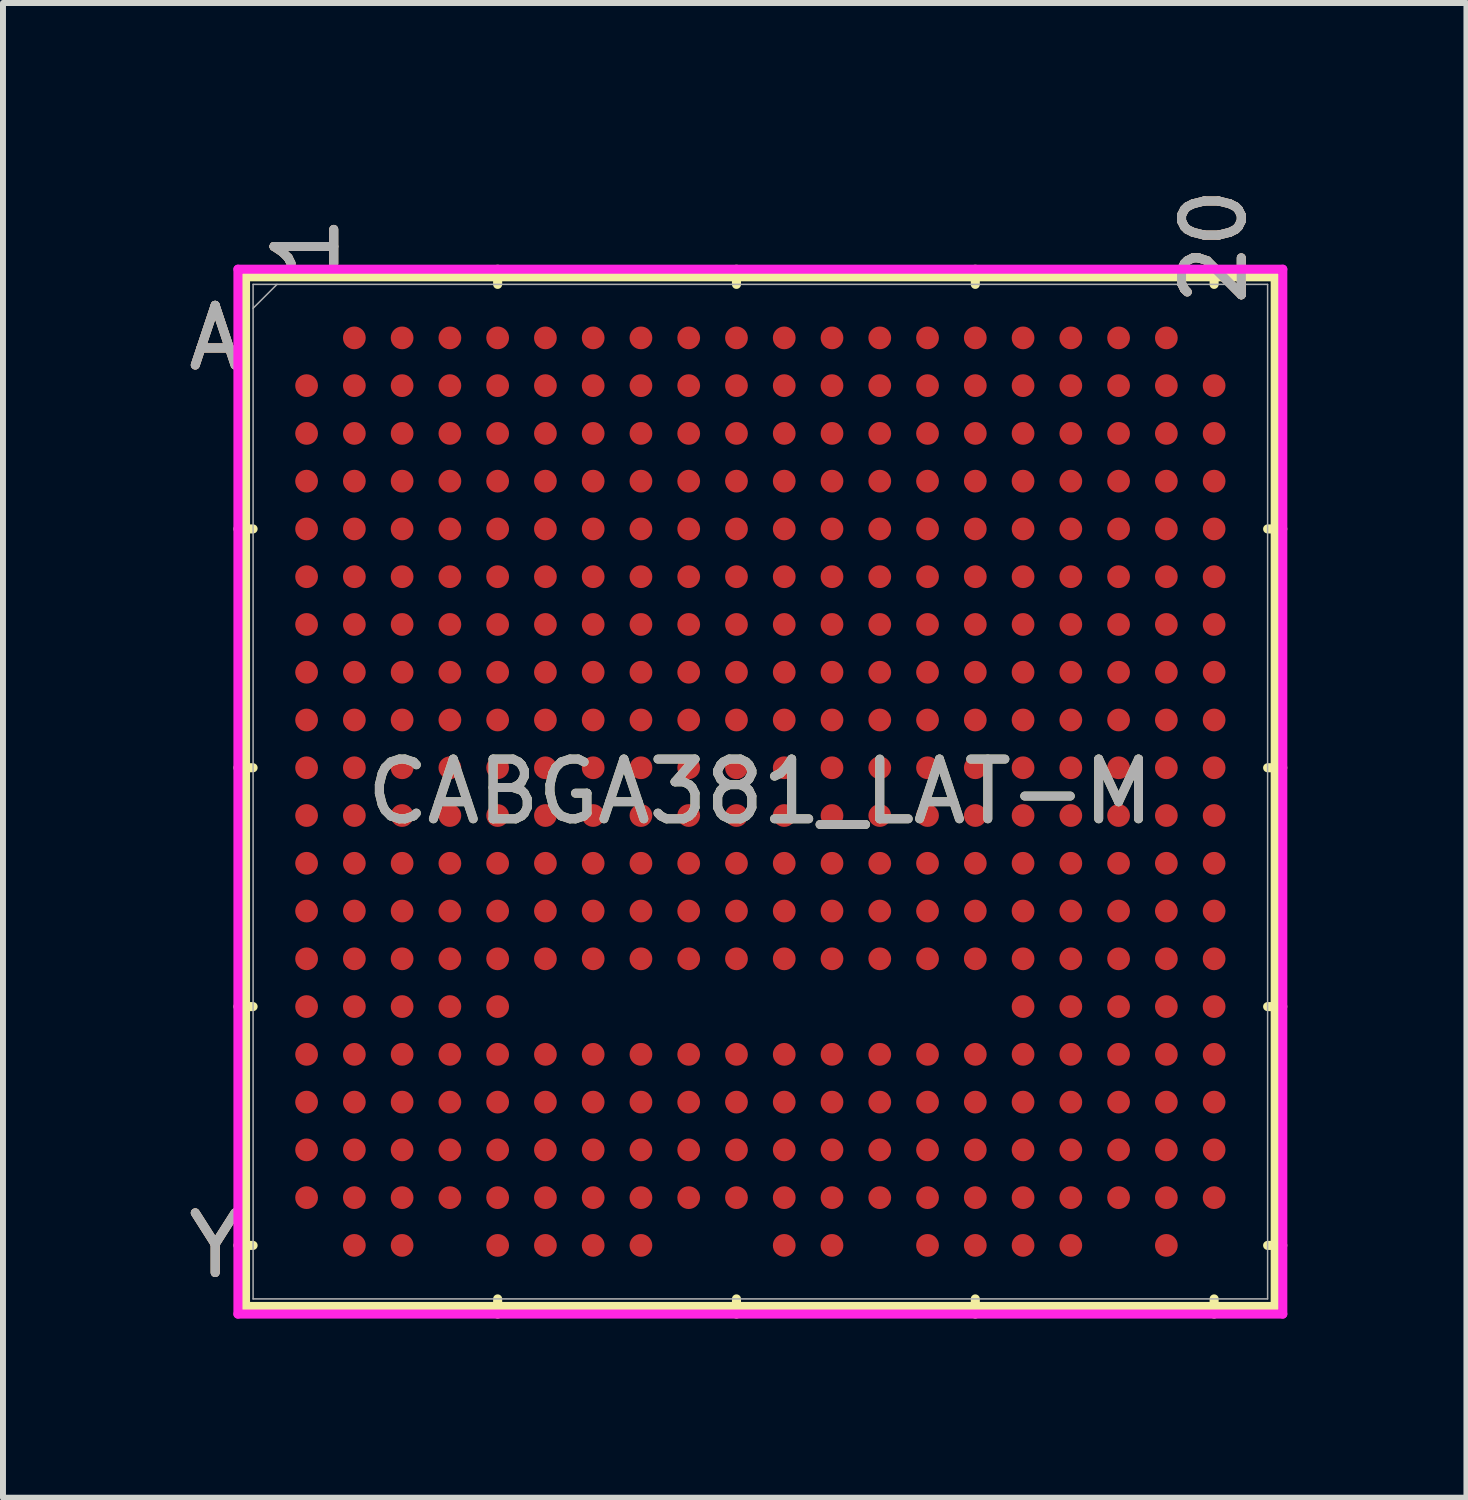
<source format=kicad_pcb>
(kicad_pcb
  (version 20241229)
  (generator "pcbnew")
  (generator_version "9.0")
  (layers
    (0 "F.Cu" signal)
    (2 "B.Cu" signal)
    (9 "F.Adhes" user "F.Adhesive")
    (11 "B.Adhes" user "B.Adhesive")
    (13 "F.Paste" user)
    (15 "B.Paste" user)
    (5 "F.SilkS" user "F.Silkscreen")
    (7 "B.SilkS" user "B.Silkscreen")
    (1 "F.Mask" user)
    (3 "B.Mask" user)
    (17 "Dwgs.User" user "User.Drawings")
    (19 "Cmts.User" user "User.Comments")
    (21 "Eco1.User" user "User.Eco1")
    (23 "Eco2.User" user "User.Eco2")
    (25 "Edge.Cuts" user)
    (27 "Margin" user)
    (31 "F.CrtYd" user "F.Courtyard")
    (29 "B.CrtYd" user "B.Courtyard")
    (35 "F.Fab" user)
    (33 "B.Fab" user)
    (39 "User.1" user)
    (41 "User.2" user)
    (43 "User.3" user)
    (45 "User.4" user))
  (footprint "CABGA381_LAT-M"
    (layer "F.Cu")
    (at 9.685 10.209)
    (property "Reference" "CABGA381_LAT-M" (at 0 0 0) (unlocked yes) (layer "F.SilkS") (effects (font (size 1 1) (thickness 0.15))))
    (attr smd)
    (fp_line (start -8.623 -8.623) (end -8.623 8.623) (stroke (width 0.152) (type solid)) (layer "F.SilkS"))
    (fp_line (start -8.623 8.623) (end 8.623 8.623) (stroke (width 0.152) (type solid)) (layer "F.SilkS"))
    (fp_line (start -8.496 -4.4) (end -8.75 -4.4) (stroke (width 0.152) (type solid)) (layer "F.SilkS"))
    (fp_line (start -8.496 -0.4) (end -8.75 -0.4) (stroke (width 0.152) (type solid)) (layer "F.SilkS"))
    (fp_line (start -8.496 3.6) (end -8.75 3.6) (stroke (width 0.152) (type solid)) (layer "F.SilkS"))
    (fp_line (start -8.496 7.6) (end -8.75 7.6) (stroke (width 0.152) (type solid)) (layer "F.SilkS"))
    (fp_line (start -4.4 -8.496) (end -4.4 -8.75) (stroke (width 0.152) (type solid)) (layer "F.SilkS"))
    (fp_line (start -4.4 8.496) (end -4.4 8.75) (stroke (width 0.152) (type solid)) (layer "F.SilkS"))
    (fp_line (start -0.4 -8.496) (end -0.4 -8.75) (stroke (width 0.152) (type solid)) (layer "F.SilkS"))
    (fp_line (start -0.4 8.496) (end -0.4 8.75) (stroke (width 0.152) (type solid)) (layer "F.SilkS"))
    (fp_line (start 3.6 -8.496) (end 3.6 -8.75) (stroke (width 0.152) (type solid)) (layer "F.SilkS"))
    (fp_line (start 3.6 8.496) (end 3.6 8.75) (stroke (width 0.152) (type solid)) (layer "F.SilkS"))
    (fp_line (start 7.6 -8.496) (end 7.6 -8.75) (stroke (width 0.152) (type solid)) (layer "F.SilkS"))
    (fp_line (start 7.6 8.496) (end 7.6 8.75) (stroke (width 0.152) (type solid)) (layer "F.SilkS"))
    (fp_line (start 8.496 -4.4) (end 8.75 -4.4) (stroke (width 0.152) (type solid)) (layer "F.SilkS"))
    (fp_line (start 8.496 -0.4) (end 8.75 -0.4) (stroke (width 0.152) (type solid)) (layer "F.SilkS"))
    (fp_line (start 8.496 3.6) (end 8.75 3.6) (stroke (width 0.152) (type solid)) (layer "F.SilkS"))
    (fp_line (start 8.496 7.6) (end 8.75 7.6) (stroke (width 0.152) (type solid)) (layer "F.SilkS"))
    (fp_line (start 8.623 -8.623) (end -8.623 -8.623) (stroke (width 0.152) (type solid)) (layer "F.SilkS"))
    (fp_line (start 8.623 8.623) (end 8.623 -8.623) (stroke (width 0.152) (type solid)) (layer "F.SilkS"))
    (fp_poly (pts (xy -8.444 -8.444) (xy 8.444 -8.444) (xy 8.444 8.444) (xy -8.444 8.444)) (stroke (width 0.1) (type solid)) (fill no) (layer "Eco2.User"))
    (fp_line (start -8.75 -8.75) (end 8.75 -8.75) (stroke (width 0.152) (type solid)) (layer "F.CrtYd"))
    (fp_line (start -8.75 8.75) (end -8.75 -8.75) (stroke (width 0.152) (type solid)) (layer "F.CrtYd"))
    (fp_line (start 8.75 -8.75) (end 8.75 8.75) (stroke (width 0.152) (type solid)) (layer "F.CrtYd"))
    (fp_line (start 8.75 8.75) (end -8.75 8.75) (stroke (width 0.152) (type solid)) (layer "F.CrtYd"))
    (fp_line (start -8.496 -8.496) (end -8.496 8.496) (stroke (width 0.025) (type solid)) (layer "F.Fab"))
    (fp_line (start -8.496 8.496) (end 8.496 8.496) (stroke (width 0.025) (type solid)) (layer "F.Fab"))
    (fp_line (start -8.096 -8.496) (end -8.496 -8.096) (stroke (width 0.025) (type solid)) (layer "F.Fab"))
    (fp_line (start 8.496 -8.496) (end -8.496 -8.496) (stroke (width 0.025) (type solid)) (layer "F.Fab"))
    (fp_line (start 8.496 8.496) (end 8.496 -8.496) (stroke (width 0.025) (type solid)) (layer "F.Fab"))
    (fp_text user "Y" (at -9.131 7.6 0) (unlocked yes) (layer "F.SilkS") (effects (font (size 1 1) (thickness 0.15))))
    (fp_text user "1" (at -7.6 -9.131 90) (unlocked yes) (layer "F.SilkS") (effects (font (size 1 1) (thickness 0.15))))
    (fp_text user "A" (at -9.131 -7.6 0) (unlocked yes) (layer "F.SilkS") (effects (font (size 1 1) (thickness 0.15))))
    (fp_text user "20" (at 7.6 -9.131 90) (unlocked yes) (layer "F.SilkS") (effects (font (size 1 1) (thickness 0.15))))
    (fp_text user "Y" (at -9.131 7.6 0) (unlocked yes) (layer "B.SilkS") (effects (font (size 1 1) (thickness 0.15))))
    (fp_text user "1" (at -7.6 -9.131 90) (unlocked yes) (layer "B.SilkS") (effects (font (size 1 1) (thickness 0.15))))
    (fp_text user "20" (at 7.6 -9.131 90) (unlocked yes) (layer "B.SilkS") (effects (font (size 1 1) (thickness 0.15))))
    (fp_text user "A" (at -9.131 -7.6 0) (unlocked yes) (layer "B.SilkS") (effects (font (size 1 1) (thickness 0.15))))
    (fp_text user "20" (at 7.6 -9.131 90) (unlocked yes) (layer "F.Fab") (effects (font (size 1 1) (thickness 0.15))))
    (fp_text user "${REFERENCE}" (at 0 0 0) (unlocked yes) (layer "F.Fab") (effects (font (size 1 1) (thickness 0.15))))
    (fp_text user "A" (at -9.131 -7.6 0) (unlocked yes) (layer "F.Fab") (effects (font (size 1 1) (thickness 0.15))))
    (fp_text user "Y" (at -9.131 7.6 0) (unlocked yes) (layer "F.Fab") (effects (font (size 1 1) (thickness 0.15))))
    (fp_text user "1" (at -7.6 -9.131 90) (unlocked yes) (layer "F.Fab") (effects (font (size 1 1) (thickness 0.15))))
    (pad "A2" smd circle (at -6.8 -7.6) (size 0.381 0.381) (layers "F.Cu" "F.Mask" "F.Paste"))
    (pad "A3" smd circle (at -6 -7.6) (size 0.381 0.381) (layers "F.Cu" "F.Mask" "F.Paste"))
    (pad "A4" smd circle (at -5.2 -7.6) (size 0.381 0.381) (layers "F.Cu" "F.Mask" "F.Paste"))
    (pad "A5" smd circle (at -4.4 -7.6) (size 0.381 0.381) (layers "F.Cu" "F.Mask" "F.Paste"))
    (pad "A6" smd circle (at -3.6 -7.6) (size 0.381 0.381) (layers "F.Cu" "F.Mask" "F.Paste"))
    (pad "A7" smd circle (at -2.8 -7.6) (size 0.381 0.381) (layers "F.Cu" "F.Mask" "F.Paste"))
    (pad "A8" smd circle (at -2 -7.6) (size 0.381 0.381) (layers "F.Cu" "F.Mask" "F.Paste"))
    (pad "A9" smd circle (at -1.2 -7.6) (size 0.381 0.381) (layers "F.Cu" "F.Mask" "F.Paste"))
    (pad "A10" smd circle (at -0.4 -7.6) (size 0.381 0.381) (layers "F.Cu" "F.Mask" "F.Paste"))
    (pad "A11" smd circle (at 0.4 -7.6) (size 0.381 0.381) (layers "F.Cu" "F.Mask" "F.Paste"))
    (pad "A12" smd circle (at 1.2 -7.6) (size 0.381 0.381) (layers "F.Cu" "F.Mask" "F.Paste"))
    (pad "A13" smd circle (at 2 -7.6) (size 0.381 0.381) (layers "F.Cu" "F.Mask" "F.Paste"))
    (pad "A14" smd circle (at 2.8 -7.6) (size 0.381 0.381) (layers "F.Cu" "F.Mask" "F.Paste"))
    (pad "A15" smd circle (at 3.6 -7.6) (size 0.381 0.381) (layers "F.Cu" "F.Mask" "F.Paste"))
    (pad "A16" smd circle (at 4.4 -7.6) (size 0.381 0.381) (layers "F.Cu" "F.Mask" "F.Paste"))
    (pad "A17" smd circle (at 5.2 -7.6) (size 0.381 0.381) (layers "F.Cu" "F.Mask" "F.Paste"))
    (pad "A18" smd circle (at 6 -7.6) (size 0.381 0.381) (layers "F.Cu" "F.Mask" "F.Paste"))
    (pad "A19" smd circle (at 6.8 -7.6) (size 0.381 0.381) (layers "F.Cu" "F.Mask" "F.Paste"))
    (pad "B1" smd circle (at -7.6 -6.8) (size 0.381 0.381) (layers "F.Cu" "F.Mask" "F.Paste"))
    (pad "B2" smd circle (at -6.8 -6.8) (size 0.381 0.381) (layers "F.Cu" "F.Mask" "F.Paste"))
    (pad "B3" smd circle (at -6 -6.8) (size 0.381 0.381) (layers "F.Cu" "F.Mask" "F.Paste"))
    (pad "B4" smd circle (at -5.2 -6.8) (size 0.381 0.381) (layers "F.Cu" "F.Mask" "F.Paste"))
    (pad "B5" smd circle (at -4.4 -6.8) (size 0.381 0.381) (layers "F.Cu" "F.Mask" "F.Paste"))
    (pad "B6" smd circle (at -3.6 -6.8) (size 0.381 0.381) (layers "F.Cu" "F.Mask" "F.Paste"))
    (pad "B7" smd circle (at -2.8 -6.8) (size 0.381 0.381) (layers "F.Cu" "F.Mask" "F.Paste"))
    (pad "B8" smd circle (at -2 -6.8) (size 0.381 0.381) (layers "F.Cu" "F.Mask" "F.Paste"))
    (pad "B9" smd circle (at -1.2 -6.8) (size 0.381 0.381) (layers "F.Cu" "F.Mask" "F.Paste"))
    (pad "B10" smd circle (at -0.4 -6.8) (size 0.381 0.381) (layers "F.Cu" "F.Mask" "F.Paste"))
    (pad "B11" smd circle (at 0.4 -6.8) (size 0.381 0.381) (layers "F.Cu" "F.Mask" "F.Paste"))
    (pad "B12" smd circle (at 1.2 -6.8) (size 0.381 0.381) (layers "F.Cu" "F.Mask" "F.Paste"))
    (pad "B13" smd circle (at 2 -6.8) (size 0.381 0.381) (layers "F.Cu" "F.Mask" "F.Paste"))
    (pad "B14" smd circle (at 2.8 -6.8) (size 0.381 0.381) (layers "F.Cu" "F.Mask" "F.Paste"))
    (pad "B15" smd circle (at 3.6 -6.8) (size 0.381 0.381) (layers "F.Cu" "F.Mask" "F.Paste"))
    (pad "B16" smd circle (at 4.4 -6.8) (size 0.381 0.381) (layers "F.Cu" "F.Mask" "F.Paste"))
    (pad "B17" smd circle (at 5.2 -6.8) (size 0.381 0.381) (layers "F.Cu" "F.Mask" "F.Paste"))
    (pad "B18" smd circle (at 6 -6.8) (size 0.381 0.381) (layers "F.Cu" "F.Mask" "F.Paste"))
    (pad "B19" smd circle (at 6.8 -6.8) (size 0.381 0.381) (layers "F.Cu" "F.Mask" "F.Paste"))
    (pad "B20" smd circle (at 7.6 -6.8) (size 0.381 0.381) (layers "F.Cu" "F.Mask" "F.Paste"))
    (pad "C1" smd circle (at -7.6 -6) (size 0.381 0.381) (layers "F.Cu" "F.Mask" "F.Paste"))
    (pad "C2" smd circle (at -6.8 -6) (size 0.381 0.381) (layers "F.Cu" "F.Mask" "F.Paste"))
    (pad "C3" smd circle (at -6 -6) (size 0.381 0.381) (layers "F.Cu" "F.Mask" "F.Paste"))
    (pad "C4" smd circle (at -5.2 -6) (size 0.381 0.381) (layers "F.Cu" "F.Mask" "F.Paste"))
    (pad "C5" smd circle (at -4.4 -6) (size 0.381 0.381) (layers "F.Cu" "F.Mask" "F.Paste"))
    (pad "C6" smd circle (at -3.6 -6) (size 0.381 0.381) (layers "F.Cu" "F.Mask" "F.Paste"))
    (pad "C7" smd circle (at -2.8 -6) (size 0.381 0.381) (layers "F.Cu" "F.Mask" "F.Paste"))
    (pad "C8" smd circle (at -2 -6) (size 0.381 0.381) (layers "F.Cu" "F.Mask" "F.Paste"))
    (pad "C9" smd circle (at -1.2 -6) (size 0.381 0.381) (layers "F.Cu" "F.Mask" "F.Paste"))
    (pad "C10" smd circle (at -0.4 -6) (size 0.381 0.381) (layers "F.Cu" "F.Mask" "F.Paste"))
    (pad "C11" smd circle (at 0.4 -6) (size 0.381 0.381) (layers "F.Cu" "F.Mask" "F.Paste"))
    (pad "C12" smd circle (at 1.2 -6) (size 0.381 0.381) (layers "F.Cu" "F.Mask" "F.Paste"))
    (pad "C13" smd circle (at 2 -6) (size 0.381 0.381) (layers "F.Cu" "F.Mask" "F.Paste"))
    (pad "C14" smd circle (at 2.8 -6) (size 0.381 0.381) (layers "F.Cu" "F.Mask" "F.Paste"))
    (pad "C15" smd circle (at 3.6 -6) (size 0.381 0.381) (layers "F.Cu" "F.Mask" "F.Paste"))
    (pad "C16" smd circle (at 4.4 -6) (size 0.381 0.381) (layers "F.Cu" "F.Mask" "F.Paste"))
    (pad "C17" smd circle (at 5.2 -6) (size 0.381 0.381) (layers "F.Cu" "F.Mask" "F.Paste"))
    (pad "C18" smd circle (at 6 -6) (size 0.381 0.381) (layers "F.Cu" "F.Mask" "F.Paste"))
    (pad "C19" smd circle (at 6.8 -6) (size 0.381 0.381) (layers "F.Cu" "F.Mask" "F.Paste"))
    (pad "C20" smd circle (at 7.6 -6) (size 0.381 0.381) (layers "F.Cu" "F.Mask" "F.Paste"))
    (pad "D1" smd circle (at -7.6 -5.2) (size 0.381 0.381) (layers "F.Cu" "F.Mask" "F.Paste"))
    (pad "D2" smd circle (at -6.8 -5.2) (size 0.381 0.381) (layers "F.Cu" "F.Mask" "F.Paste"))
    (pad "D3" smd circle (at -6 -5.2) (size 0.381 0.381) (layers "F.Cu" "F.Mask" "F.Paste"))
    (pad "D4" smd circle (at -5.2 -5.2) (size 0.381 0.381) (layers "F.Cu" "F.Mask" "F.Paste"))
    (pad "D5" smd circle (at -4.4 -5.2) (size 0.381 0.381) (layers "F.Cu" "F.Mask" "F.Paste"))
    (pad "D6" smd circle (at -3.6 -5.2) (size 0.381 0.381) (layers "F.Cu" "F.Mask" "F.Paste"))
    (pad "D7" smd circle (at -2.8 -5.2) (size 0.381 0.381) (layers "F.Cu" "F.Mask" "F.Paste"))
    (pad "D8" smd circle (at -2 -5.2) (size 0.381 0.381) (layers "F.Cu" "F.Mask" "F.Paste"))
    (pad "D9" smd circle (at -1.2 -5.2) (size 0.381 0.381) (layers "F.Cu" "F.Mask" "F.Paste"))
    (pad "D10" smd circle (at -0.4 -5.2) (size 0.381 0.381) (layers "F.Cu" "F.Mask" "F.Paste"))
    (pad "D11" smd circle (at 0.4 -5.2) (size 0.381 0.381) (layers "F.Cu" "F.Mask" "F.Paste"))
    (pad "D12" smd circle (at 1.2 -5.2) (size 0.381 0.381) (layers "F.Cu" "F.Mask" "F.Paste"))
    (pad "D13" smd circle (at 2 -5.2) (size 0.381 0.381) (layers "F.Cu" "F.Mask" "F.Paste"))
    (pad "D14" smd circle (at 2.8 -5.2) (size 0.381 0.381) (layers "F.Cu" "F.Mask" "F.Paste"))
    (pad "D15" smd circle (at 3.6 -5.2) (size 0.381 0.381) (layers "F.Cu" "F.Mask" "F.Paste"))
    (pad "D16" smd circle (at 4.4 -5.2) (size 0.381 0.381) (layers "F.Cu" "F.Mask" "F.Paste"))
    (pad "D17" smd circle (at 5.2 -5.2) (size 0.381 0.381) (layers "F.Cu" "F.Mask" "F.Paste"))
    (pad "D18" smd circle (at 6 -5.2) (size 0.381 0.381) (layers "F.Cu" "F.Mask" "F.Paste"))
    (pad "D19" smd circle (at 6.8 -5.2) (size 0.381 0.381) (layers "F.Cu" "F.Mask" "F.Paste"))
    (pad "D20" smd circle (at 7.6 -5.2) (size 0.381 0.381) (layers "F.Cu" "F.Mask" "F.Paste"))
    (pad "E1" smd circle (at -7.6 -4.4) (size 0.381 0.381) (layers "F.Cu" "F.Mask" "F.Paste"))
    (pad "E2" smd circle (at -6.8 -4.4) (size 0.381 0.381) (layers "F.Cu" "F.Mask" "F.Paste"))
    (pad "E3" smd circle (at -6 -4.4) (size 0.381 0.381) (layers "F.Cu" "F.Mask" "F.Paste"))
    (pad "E4" smd circle (at -5.2 -4.4) (size 0.381 0.381) (layers "F.Cu" "F.Mask" "F.Paste"))
    (pad "E5" smd circle (at -4.4 -4.4) (size 0.381 0.381) (layers "F.Cu" "F.Mask" "F.Paste"))
    (pad "E6" smd circle (at -3.6 -4.4) (size 0.381 0.381) (layers "F.Cu" "F.Mask" "F.Paste"))
    (pad "E7" smd circle (at -2.8 -4.4) (size 0.381 0.381) (layers "F.Cu" "F.Mask" "F.Paste"))
    (pad "E8" smd circle (at -2 -4.4) (size 0.381 0.381) (layers "F.Cu" "F.Mask" "F.Paste"))
    (pad "E9" smd circle (at -1.2 -4.4) (size 0.381 0.381) (layers "F.Cu" "F.Mask" "F.Paste"))
    (pad "E10" smd circle (at -0.4 -4.4) (size 0.381 0.381) (layers "F.Cu" "F.Mask" "F.Paste"))
    (pad "E11" smd circle (at 0.4 -4.4) (size 0.381 0.381) (layers "F.Cu" "F.Mask" "F.Paste"))
    (pad "E12" smd circle (at 1.2 -4.4) (size 0.381 0.381) (layers "F.Cu" "F.Mask" "F.Paste"))
    (pad "E13" smd circle (at 2 -4.4) (size 0.381 0.381) (layers "F.Cu" "F.Mask" "F.Paste"))
    (pad "E14" smd circle (at 2.8 -4.4) (size 0.381 0.381) (layers "F.Cu" "F.Mask" "F.Paste"))
    (pad "E15" smd circle (at 3.6 -4.4) (size 0.381 0.381) (layers "F.Cu" "F.Mask" "F.Paste"))
    (pad "E16" smd circle (at 4.4 -4.4) (size 0.381 0.381) (layers "F.Cu" "F.Mask" "F.Paste"))
    (pad "E17" smd circle (at 5.2 -4.4) (size 0.381 0.381) (layers "F.Cu" "F.Mask" "F.Paste"))
    (pad "E18" smd circle (at 6 -4.4) (size 0.381 0.381) (layers "F.Cu" "F.Mask" "F.Paste"))
    (pad "E19" smd circle (at 6.8 -4.4) (size 0.381 0.381) (layers "F.Cu" "F.Mask" "F.Paste"))
    (pad "E20" smd circle (at 7.6 -4.4) (size 0.381 0.381) (layers "F.Cu" "F.Mask" "F.Paste"))
    (pad "F1" smd circle (at -7.6 -3.6) (size 0.381 0.381) (layers "F.Cu" "F.Mask" "F.Paste"))
    (pad "F2" smd circle (at -6.8 -3.6) (size 0.381 0.381) (layers "F.Cu" "F.Mask" "F.Paste"))
    (pad "F3" smd circle (at -6 -3.6) (size 0.381 0.381) (layers "F.Cu" "F.Mask" "F.Paste"))
    (pad "F4" smd circle (at -5.2 -3.6) (size 0.381 0.381) (layers "F.Cu" "F.Mask" "F.Paste"))
    (pad "F5" smd circle (at -4.4 -3.6) (size 0.381 0.381) (layers "F.Cu" "F.Mask" "F.Paste"))
    (pad "F6" smd circle (at -3.6 -3.6) (size 0.381 0.381) (layers "F.Cu" "F.Mask" "F.Paste"))
    (pad "F7" smd circle (at -2.8 -3.6) (size 0.381 0.381) (layers "F.Cu" "F.Mask" "F.Paste"))
    (pad "F8" smd circle (at -2 -3.6) (size 0.381 0.381) (layers "F.Cu" "F.Mask" "F.Paste"))
    (pad "F9" smd circle (at -1.2 -3.6) (size 0.381 0.381) (layers "F.Cu" "F.Mask" "F.Paste"))
    (pad "F10" smd circle (at -0.4 -3.6) (size 0.381 0.381) (layers "F.Cu" "F.Mask" "F.Paste"))
    (pad "F11" smd circle (at 0.4 -3.6) (size 0.381 0.381) (layers "F.Cu" "F.Mask" "F.Paste"))
    (pad "F12" smd circle (at 1.2 -3.6) (size 0.381 0.381) (layers "F.Cu" "F.Mask" "F.Paste"))
    (pad "F13" smd circle (at 2 -3.6) (size 0.381 0.381) (layers "F.Cu" "F.Mask" "F.Paste"))
    (pad "F14" smd circle (at 2.8 -3.6) (size 0.381 0.381) (layers "F.Cu" "F.Mask" "F.Paste"))
    (pad "F15" smd circle (at 3.6 -3.6) (size 0.381 0.381) (layers "F.Cu" "F.Mask" "F.Paste"))
    (pad "F16" smd circle (at 4.4 -3.6) (size 0.381 0.381) (layers "F.Cu" "F.Mask" "F.Paste"))
    (pad "F17" smd circle (at 5.2 -3.6) (size 0.381 0.381) (layers "F.Cu" "F.Mask" "F.Paste"))
    (pad "F18" smd circle (at 6 -3.6) (size 0.381 0.381) (layers "F.Cu" "F.Mask" "F.Paste"))
    (pad "F19" smd circle (at 6.8 -3.6) (size 0.381 0.381) (layers "F.Cu" "F.Mask" "F.Paste"))
    (pad "F20" smd circle (at 7.6 -3.6) (size 0.381 0.381) (layers "F.Cu" "F.Mask" "F.Paste"))
    (pad "G1" smd circle (at -7.6 -2.8) (size 0.381 0.381) (layers "F.Cu" "F.Mask" "F.Paste"))
    (pad "G2" smd circle (at -6.8 -2.8) (size 0.381 0.381) (layers "F.Cu" "F.Mask" "F.Paste"))
    (pad "G3" smd circle (at -6 -2.8) (size 0.381 0.381) (layers "F.Cu" "F.Mask" "F.Paste"))
    (pad "G4" smd circle (at -5.2 -2.8) (size 0.381 0.381) (layers "F.Cu" "F.Mask" "F.Paste"))
    (pad "G5" smd circle (at -4.4 -2.8) (size 0.381 0.381) (layers "F.Cu" "F.Mask" "F.Paste"))
    (pad "G6" smd circle (at -3.6 -2.8) (size 0.381 0.381) (layers "F.Cu" "F.Mask" "F.Paste"))
    (pad "G7" smd circle (at -2.8 -2.8) (size 0.381 0.381) (layers "F.Cu" "F.Mask" "F.Paste"))
    (pad "G8" smd circle (at -2 -2.8) (size 0.381 0.381) (layers "F.Cu" "F.Mask" "F.Paste"))
    (pad "G9" smd circle (at -1.2 -2.8) (size 0.381 0.381) (layers "F.Cu" "F.Mask" "F.Paste"))
    (pad "G10" smd circle (at -0.4 -2.8) (size 0.381 0.381) (layers "F.Cu" "F.Mask" "F.Paste"))
    (pad "G11" smd circle (at 0.4 -2.8) (size 0.381 0.381) (layers "F.Cu" "F.Mask" "F.Paste"))
    (pad "G12" smd circle (at 1.2 -2.8) (size 0.381 0.381) (layers "F.Cu" "F.Mask" "F.Paste"))
    (pad "G13" smd circle (at 2 -2.8) (size 0.381 0.381) (layers "F.Cu" "F.Mask" "F.Paste"))
    (pad "G14" smd circle (at 2.8 -2.8) (size 0.381 0.381) (layers "F.Cu" "F.Mask" "F.Paste"))
    (pad "G15" smd circle (at 3.6 -2.8) (size 0.381 0.381) (layers "F.Cu" "F.Mask" "F.Paste"))
    (pad "G16" smd circle (at 4.4 -2.8) (size 0.381 0.381) (layers "F.Cu" "F.Mask" "F.Paste"))
    (pad "G17" smd circle (at 5.2 -2.8) (size 0.381 0.381) (layers "F.Cu" "F.Mask" "F.Paste"))
    (pad "G18" smd circle (at 6 -2.8) (size 0.381 0.381) (layers "F.Cu" "F.Mask" "F.Paste"))
    (pad "G19" smd circle (at 6.8 -2.8) (size 0.381 0.381) (layers "F.Cu" "F.Mask" "F.Paste"))
    (pad "G20" smd circle (at 7.6 -2.8) (size 0.381 0.381) (layers "F.Cu" "F.Mask" "F.Paste"))
    (pad "H1" smd circle (at -7.6 -2) (size 0.381 0.381) (layers "F.Cu" "F.Mask" "F.Paste"))
    (pad "H2" smd circle (at -6.8 -2) (size 0.381 0.381) (layers "F.Cu" "F.Mask" "F.Paste"))
    (pad "H3" smd circle (at -6 -2) (size 0.381 0.381) (layers "F.Cu" "F.Mask" "F.Paste"))
    (pad "H4" smd circle (at -5.2 -2) (size 0.381 0.381) (layers "F.Cu" "F.Mask" "F.Paste"))
    (pad "H5" smd circle (at -4.4 -2) (size 0.381 0.381) (layers "F.Cu" "F.Mask" "F.Paste"))
    (pad "H6" smd circle (at -3.6 -2) (size 0.381 0.381) (layers "F.Cu" "F.Mask" "F.Paste"))
    (pad "H7" smd circle (at -2.8 -2) (size 0.381 0.381) (layers "F.Cu" "F.Mask" "F.Paste"))
    (pad "H8" smd circle (at -2 -2) (size 0.381 0.381) (layers "F.Cu" "F.Mask" "F.Paste"))
    (pad "H9" smd circle (at -1.2 -2) (size 0.381 0.381) (layers "F.Cu" "F.Mask" "F.Paste"))
    (pad "H10" smd circle (at -0.4 -2) (size 0.381 0.381) (layers "F.Cu" "F.Mask" "F.Paste"))
    (pad "H11" smd circle (at 0.4 -2) (size 0.381 0.381) (layers "F.Cu" "F.Mask" "F.Paste"))
    (pad "H12" smd circle (at 1.2 -2) (size 0.381 0.381) (layers "F.Cu" "F.Mask" "F.Paste"))
    (pad "H13" smd circle (at 2 -2) (size 0.381 0.381) (layers "F.Cu" "F.Mask" "F.Paste"))
    (pad "H14" smd circle (at 2.8 -2) (size 0.381 0.381) (layers "F.Cu" "F.Mask" "F.Paste"))
    (pad "H15" smd circle (at 3.6 -2) (size 0.381 0.381) (layers "F.Cu" "F.Mask" "F.Paste"))
    (pad "H16" smd circle (at 4.4 -2) (size 0.381 0.381) (layers "F.Cu" "F.Mask" "F.Paste"))
    (pad "H17" smd circle (at 5.2 -2) (size 0.381 0.381) (layers "F.Cu" "F.Mask" "F.Paste"))
    (pad "H18" smd circle (at 6 -2) (size 0.381 0.381) (layers "F.Cu" "F.Mask" "F.Paste"))
    (pad "H19" smd circle (at 6.8 -2) (size 0.381 0.381) (layers "F.Cu" "F.Mask" "F.Paste"))
    (pad "H20" smd circle (at 7.6 -2) (size 0.381 0.381) (layers "F.Cu" "F.Mask" "F.Paste"))
    (pad "J1" smd circle (at -7.6 -1.2) (size 0.381 0.381) (layers "F.Cu" "F.Mask" "F.Paste"))
    (pad "J2" smd circle (at -6.8 -1.2) (size 0.381 0.381) (layers "F.Cu" "F.Mask" "F.Paste"))
    (pad "J3" smd circle (at -6 -1.2) (size 0.381 0.381) (layers "F.Cu" "F.Mask" "F.Paste"))
    (pad "J4" smd circle (at -5.2 -1.2) (size 0.381 0.381) (layers "F.Cu" "F.Mask" "F.Paste"))
    (pad "J5" smd circle (at -4.4 -1.2) (size 0.381 0.381) (layers "F.Cu" "F.Mask" "F.Paste"))
    (pad "J6" smd circle (at -3.6 -1.2) (size 0.381 0.381) (layers "F.Cu" "F.Mask" "F.Paste"))
    (pad "J7" smd circle (at -2.8 -1.2) (size 0.381 0.381) (layers "F.Cu" "F.Mask" "F.Paste"))
    (pad "J8" smd circle (at -2 -1.2) (size 0.381 0.381) (layers "F.Cu" "F.Mask" "F.Paste"))
    (pad "J9" smd circle (at -1.2 -1.2) (size 0.381 0.381) (layers "F.Cu" "F.Mask" "F.Paste"))
    (pad "J10" smd circle (at -0.4 -1.2) (size 0.381 0.381) (layers "F.Cu" "F.Mask" "F.Paste"))
    (pad "J11" smd circle (at 0.4 -1.2) (size 0.381 0.381) (layers "F.Cu" "F.Mask" "F.Paste"))
    (pad "J12" smd circle (at 1.2 -1.2) (size 0.381 0.381) (layers "F.Cu" "F.Mask" "F.Paste"))
    (pad "J13" smd circle (at 2 -1.2) (size 0.381 0.381) (layers "F.Cu" "F.Mask" "F.Paste"))
    (pad "J14" smd circle (at 2.8 -1.2) (size 0.381 0.381) (layers "F.Cu" "F.Mask" "F.Paste"))
    (pad "J15" smd circle (at 3.6 -1.2) (size 0.381 0.381) (layers "F.Cu" "F.Mask" "F.Paste"))
    (pad "J16" smd circle (at 4.4 -1.2) (size 0.381 0.381) (layers "F.Cu" "F.Mask" "F.Paste"))
    (pad "J17" smd circle (at 5.2 -1.2) (size 0.381 0.381) (layers "F.Cu" "F.Mask" "F.Paste"))
    (pad "J18" smd circle (at 6 -1.2) (size 0.381 0.381) (layers "F.Cu" "F.Mask" "F.Paste"))
    (pad "J19" smd circle (at 6.8 -1.2) (size 0.381 0.381) (layers "F.Cu" "F.Mask" "F.Paste"))
    (pad "J20" smd circle (at 7.6 -1.2) (size 0.381 0.381) (layers "F.Cu" "F.Mask" "F.Paste"))
    (pad "K1" smd circle (at -7.6 -0.4) (size 0.381 0.381) (layers "F.Cu" "F.Mask" "F.Paste"))
    (pad "K2" smd circle (at -6.8 -0.4) (size 0.381 0.381) (layers "F.Cu" "F.Mask" "F.Paste"))
    (pad "K3" smd circle (at -6 -0.4) (size 0.381 0.381) (layers "F.Cu" "F.Mask" "F.Paste"))
    (pad "K4" smd circle (at -5.2 -0.4) (size 0.381 0.381) (layers "F.Cu" "F.Mask" "F.Paste"))
    (pad "K5" smd circle (at -4.4 -0.4) (size 0.381 0.381) (layers "F.Cu" "F.Mask" "F.Paste"))
    (pad "K6" smd circle (at -3.6 -0.4) (size 0.381 0.381) (layers "F.Cu" "F.Mask" "F.Paste"))
    (pad "K7" smd circle (at -2.8 -0.4) (size 0.381 0.381) (layers "F.Cu" "F.Mask" "F.Paste"))
    (pad "K8" smd circle (at -2 -0.4) (size 0.381 0.381) (layers "F.Cu" "F.Mask" "F.Paste"))
    (pad "K9" smd circle (at -1.2 -0.4) (size 0.381 0.381) (layers "F.Cu" "F.Mask" "F.Paste"))
    (pad "K10" smd circle (at -0.4 -0.4) (size 0.381 0.381) (layers "F.Cu" "F.Mask" "F.Paste"))
    (pad "K11" smd circle (at 0.4 -0.4) (size 0.381 0.381) (layers "F.Cu" "F.Mask" "F.Paste"))
    (pad "K12" smd circle (at 1.2 -0.4) (size 0.381 0.381) (layers "F.Cu" "F.Mask" "F.Paste"))
    (pad "K13" smd circle (at 2 -0.4) (size 0.381 0.381) (layers "F.Cu" "F.Mask" "F.Paste"))
    (pad "K14" smd circle (at 2.8 -0.4) (size 0.381 0.381) (layers "F.Cu" "F.Mask" "F.Paste"))
    (pad "K15" smd circle (at 3.6 -0.4) (size 0.381 0.381) (layers "F.Cu" "F.Mask" "F.Paste"))
    (pad "K16" smd circle (at 4.4 -0.4) (size 0.381 0.381) (layers "F.Cu" "F.Mask" "F.Paste"))
    (pad "K17" smd circle (at 5.2 -0.4) (size 0.381 0.381) (layers "F.Cu" "F.Mask" "F.Paste"))
    (pad "K18" smd circle (at 6 -0.4) (size 0.381 0.381) (layers "F.Cu" "F.Mask" "F.Paste"))
    (pad "K19" smd circle (at 6.8 -0.4) (size 0.381 0.381) (layers "F.Cu" "F.Mask" "F.Paste"))
    (pad "K20" smd circle (at 7.6 -0.4) (size 0.381 0.381) (layers "F.Cu" "F.Mask" "F.Paste"))
    (pad "L1" smd circle (at -7.6 0.4) (size 0.381 0.381) (layers "F.Cu" "F.Mask" "F.Paste"))
    (pad "L2" smd circle (at -6.8 0.4) (size 0.381 0.381) (layers "F.Cu" "F.Mask" "F.Paste"))
    (pad "L3" smd circle (at -6 0.4) (size 0.381 0.381) (layers "F.Cu" "F.Mask" "F.Paste"))
    (pad "L4" smd circle (at -5.2 0.4) (size 0.381 0.381) (layers "F.Cu" "F.Mask" "F.Paste"))
    (pad "L5" smd circle (at -4.4 0.4) (size 0.381 0.381) (layers "F.Cu" "F.Mask" "F.Paste"))
    (pad "L6" smd circle (at -3.6 0.4) (size 0.381 0.381) (layers "F.Cu" "F.Mask" "F.Paste"))
    (pad "L7" smd circle (at -2.8 0.4) (size 0.381 0.381) (layers "F.Cu" "F.Mask" "F.Paste"))
    (pad "L8" smd circle (at -2 0.4) (size 0.381 0.381) (layers "F.Cu" "F.Mask" "F.Paste"))
    (pad "L9" smd circle (at -1.2 0.4) (size 0.381 0.381) (layers "F.Cu" "F.Mask" "F.Paste"))
    (pad "L10" smd circle (at -0.4 0.4) (size 0.381 0.381) (layers "F.Cu" "F.Mask" "F.Paste"))
    (pad "L11" smd circle (at 0.4 0.4) (size 0.381 0.381) (layers "F.Cu" "F.Mask" "F.Paste"))
    (pad "L12" smd circle (at 1.2 0.4) (size 0.381 0.381) (layers "F.Cu" "F.Mask" "F.Paste"))
    (pad "L13" smd circle (at 2 0.4) (size 0.381 0.381) (layers "F.Cu" "F.Mask" "F.Paste"))
    (pad "L14" smd circle (at 2.8 0.4) (size 0.381 0.381) (layers "F.Cu" "F.Mask" "F.Paste"))
    (pad "L15" smd circle (at 3.6 0.4) (size 0.381 0.381) (layers "F.Cu" "F.Mask" "F.Paste"))
    (pad "L16" smd circle (at 4.4 0.4) (size 0.381 0.381) (layers "F.Cu" "F.Mask" "F.Paste"))
    (pad "L17" smd circle (at 5.2 0.4) (size 0.381 0.381) (layers "F.Cu" "F.Mask" "F.Paste"))
    (pad "L18" smd circle (at 6 0.4) (size 0.381 0.381) (layers "F.Cu" "F.Mask" "F.Paste"))
    (pad "L19" smd circle (at 6.8 0.4) (size 0.381 0.381) (layers "F.Cu" "F.Mask" "F.Paste"))
    (pad "L20" smd circle (at 7.6 0.4) (size 0.381 0.381) (layers "F.Cu" "F.Mask" "F.Paste"))
    (pad "M1" smd circle (at -7.6 1.2) (size 0.381 0.381) (layers "F.Cu" "F.Mask" "F.Paste"))
    (pad "M2" smd circle (at -6.8 1.2) (size 0.381 0.381) (layers "F.Cu" "F.Mask" "F.Paste"))
    (pad "M3" smd circle (at -6 1.2) (size 0.381 0.381) (layers "F.Cu" "F.Mask" "F.Paste"))
    (pad "M4" smd circle (at -5.2 1.2) (size 0.381 0.381) (layers "F.Cu" "F.Mask" "F.Paste"))
    (pad "M5" smd circle (at -4.4 1.2) (size 0.381 0.381) (layers "F.Cu" "F.Mask" "F.Paste"))
    (pad "M6" smd circle (at -3.6 1.2) (size 0.381 0.381) (layers "F.Cu" "F.Mask" "F.Paste"))
    (pad "M7" smd circle (at -2.8 1.2) (size 0.381 0.381) (layers "F.Cu" "F.Mask" "F.Paste"))
    (pad "M8" smd circle (at -2 1.2) (size 0.381 0.381) (layers "F.Cu" "F.Mask" "F.Paste"))
    (pad "M9" smd circle (at -1.2 1.2) (size 0.381 0.381) (layers "F.Cu" "F.Mask" "F.Paste"))
    (pad "M10" smd circle (at -0.4 1.2) (size 0.381 0.381) (layers "F.Cu" "F.Mask" "F.Paste"))
    (pad "M11" smd circle (at 0.4 1.2) (size 0.381 0.381) (layers "F.Cu" "F.Mask" "F.Paste"))
    (pad "M12" smd circle (at 1.2 1.2) (size 0.381 0.381) (layers "F.Cu" "F.Mask" "F.Paste"))
    (pad "M13" smd circle (at 2 1.2) (size 0.381 0.381) (layers "F.Cu" "F.Mask" "F.Paste"))
    (pad "M14" smd circle (at 2.8 1.2) (size 0.381 0.381) (layers "F.Cu" "F.Mask" "F.Paste"))
    (pad "M15" smd circle (at 3.6 1.2) (size 0.381 0.381) (layers "F.Cu" "F.Mask" "F.Paste"))
    (pad "M16" smd circle (at 4.4 1.2) (size 0.381 0.381) (layers "F.Cu" "F.Mask" "F.Paste"))
    (pad "M17" smd circle (at 5.2 1.2) (size 0.381 0.381) (layers "F.Cu" "F.Mask" "F.Paste"))
    (pad "M18" smd circle (at 6 1.2) (size 0.381 0.381) (layers "F.Cu" "F.Mask" "F.Paste"))
    (pad "M19" smd circle (at 6.8 1.2) (size 0.381 0.381) (layers "F.Cu" "F.Mask" "F.Paste"))
    (pad "M20" smd circle (at 7.6 1.2) (size 0.381 0.381) (layers "F.Cu" "F.Mask" "F.Paste"))
    (pad "N1" smd circle (at -7.6 2) (size 0.381 0.381) (layers "F.Cu" "F.Mask" "F.Paste"))
    (pad "N2" smd circle (at -6.8 2) (size 0.381 0.381) (layers "F.Cu" "F.Mask" "F.Paste"))
    (pad "N3" smd circle (at -6 2) (size 0.381 0.381) (layers "F.Cu" "F.Mask" "F.Paste"))
    (pad "N4" smd circle (at -5.2 2) (size 0.381 0.381) (layers "F.Cu" "F.Mask" "F.Paste"))
    (pad "N5" smd circle (at -4.4 2) (size 0.381 0.381) (layers "F.Cu" "F.Mask" "F.Paste"))
    (pad "N6" smd circle (at -3.6 2) (size 0.381 0.381) (layers "F.Cu" "F.Mask" "F.Paste"))
    (pad "N7" smd circle (at -2.8 2) (size 0.381 0.381) (layers "F.Cu" "F.Mask" "F.Paste"))
    (pad "N8" smd circle (at -2 2) (size 0.381 0.381) (layers "F.Cu" "F.Mask" "F.Paste"))
    (pad "N9" smd circle (at -1.2 2) (size 0.381 0.381) (layers "F.Cu" "F.Mask" "F.Paste"))
    (pad "N10" smd circle (at -0.4 2) (size 0.381 0.381) (layers "F.Cu" "F.Mask" "F.Paste"))
    (pad "N11" smd circle (at 0.4 2) (size 0.381 0.381) (layers "F.Cu" "F.Mask" "F.Paste"))
    (pad "N12" smd circle (at 1.2 2) (size 0.381 0.381) (layers "F.Cu" "F.Mask" "F.Paste"))
    (pad "N13" smd circle (at 2 2) (size 0.381 0.381) (layers "F.Cu" "F.Mask" "F.Paste"))
    (pad "N14" smd circle (at 2.8 2) (size 0.381 0.381) (layers "F.Cu" "F.Mask" "F.Paste"))
    (pad "N15" smd circle (at 3.6 2) (size 0.381 0.381) (layers "F.Cu" "F.Mask" "F.Paste"))
    (pad "N16" smd circle (at 4.4 2) (size 0.381 0.381) (layers "F.Cu" "F.Mask" "F.Paste"))
    (pad "N17" smd circle (at 5.2 2) (size 0.381 0.381) (layers "F.Cu" "F.Mask" "F.Paste"))
    (pad "N18" smd circle (at 6 2) (size 0.381 0.381) (layers "F.Cu" "F.Mask" "F.Paste"))
    (pad "N19" smd circle (at 6.8 2) (size 0.381 0.381) (layers "F.Cu" "F.Mask" "F.Paste"))
    (pad "N20" smd circle (at 7.6 2) (size 0.381 0.381) (layers "F.Cu" "F.Mask" "F.Paste"))
    (pad "P1" smd circle (at -7.6 2.8) (size 0.381 0.381) (layers "F.Cu" "F.Mask" "F.Paste"))
    (pad "P2" smd circle (at -6.8 2.8) (size 0.381 0.381) (layers "F.Cu" "F.Mask" "F.Paste"))
    (pad "P3" smd circle (at -6 2.8) (size 0.381 0.381) (layers "F.Cu" "F.Mask" "F.Paste"))
    (pad "P4" smd circle (at -5.2 2.8) (size 0.381 0.381) (layers "F.Cu" "F.Mask" "F.Paste"))
    (pad "P5" smd circle (at -4.4 2.8) (size 0.381 0.381) (layers "F.Cu" "F.Mask" "F.Paste"))
    (pad "P6" smd circle (at -3.6 2.8) (size 0.381 0.381) (layers "F.Cu" "F.Mask" "F.Paste"))
    (pad "P7" smd circle (at -2.8 2.8) (size 0.381 0.381) (layers "F.Cu" "F.Mask" "F.Paste"))
    (pad "P8" smd circle (at -2 2.8) (size 0.381 0.381) (layers "F.Cu" "F.Mask" "F.Paste"))
    (pad "P9" smd circle (at -1.2 2.8) (size 0.381 0.381) (layers "F.Cu" "F.Mask" "F.Paste"))
    (pad "P10" smd circle (at -0.4 2.8) (size 0.381 0.381) (layers "F.Cu" "F.Mask" "F.Paste"))
    (pad "P11" smd circle (at 0.4 2.8) (size 0.381 0.381) (layers "F.Cu" "F.Mask" "F.Paste"))
    (pad "P12" smd circle (at 1.2 2.8) (size 0.381 0.381) (layers "F.Cu" "F.Mask" "F.Paste"))
    (pad "P13" smd circle (at 2 2.8) (size 0.381 0.381) (layers "F.Cu" "F.Mask" "F.Paste"))
    (pad "P14" smd circle (at 2.8 2.8) (size 0.381 0.381) (layers "F.Cu" "F.Mask" "F.Paste"))
    (pad "P15" smd circle (at 3.6 2.8) (size 0.381 0.381) (layers "F.Cu" "F.Mask" "F.Paste"))
    (pad "P16" smd circle (at 4.4 2.8) (size 0.381 0.381) (layers "F.Cu" "F.Mask" "F.Paste"))
    (pad "P17" smd circle (at 5.2 2.8) (size 0.381 0.381) (layers "F.Cu" "F.Mask" "F.Paste"))
    (pad "P18" smd circle (at 6 2.8) (size 0.381 0.381) (layers "F.Cu" "F.Mask" "F.Paste"))
    (pad "P19" smd circle (at 6.8 2.8) (size 0.381 0.381) (layers "F.Cu" "F.Mask" "F.Paste"))
    (pad "P20" smd circle (at 7.6 2.8) (size 0.381 0.381) (layers "F.Cu" "F.Mask" "F.Paste"))
    (pad "R1" smd circle (at -7.6 3.6) (size 0.381 0.381) (layers "F.Cu" "F.Mask" "F.Paste"))
    (pad "R2" smd circle (at -6.8 3.6) (size 0.381 0.381) (layers "F.Cu" "F.Mask" "F.Paste"))
    (pad "R3" smd circle (at -6 3.6) (size 0.381 0.381) (layers "F.Cu" "F.Mask" "F.Paste"))
    (pad "R4" smd circle (at -5.2 3.6) (size 0.381 0.381) (layers "F.Cu" "F.Mask" "F.Paste"))
    (pad "R5" smd circle (at -4.4 3.6) (size 0.381 0.381) (layers "F.Cu" "F.Mask" "F.Paste"))
    (pad "R16" smd circle (at 4.4 3.6) (size 0.381 0.381) (layers "F.Cu" "F.Mask" "F.Paste"))
    (pad "R17" smd circle (at 5.2 3.6) (size 0.381 0.381) (layers "F.Cu" "F.Mask" "F.Paste"))
    (pad "R18" smd circle (at 6 3.6) (size 0.381 0.381) (layers "F.Cu" "F.Mask" "F.Paste"))
    (pad "R19" smd circle (at 6.8 3.6) (size 0.381 0.381) (layers "F.Cu" "F.Mask" "F.Paste"))
    (pad "R20" smd circle (at 7.6 3.6) (size 0.381 0.381) (layers "F.Cu" "F.Mask" "F.Paste"))
    (pad "T1" smd circle (at -7.6 4.4) (size 0.381 0.381) (layers "F.Cu" "F.Mask" "F.Paste"))
    (pad "T2" smd circle (at -6.8 4.4) (size 0.381 0.381) (layers "F.Cu" "F.Mask" "F.Paste"))
    (pad "T3" smd circle (at -6 4.4) (size 0.381 0.381) (layers "F.Cu" "F.Mask" "F.Paste"))
    (pad "T4" smd circle (at -5.2 4.4) (size 0.381 0.381) (layers "F.Cu" "F.Mask" "F.Paste"))
    (pad "T5" smd circle (at -4.4 4.4) (size 0.381 0.381) (layers "F.Cu" "F.Mask" "F.Paste"))
    (pad "T6" smd circle (at -3.6 4.4) (size 0.381 0.381) (layers "F.Cu" "F.Mask" "F.Paste"))
    (pad "T7" smd circle (at -2.8 4.4) (size 0.381 0.381) (layers "F.Cu" "F.Mask" "F.Paste"))
    (pad "T8" smd circle (at -2 4.4) (size 0.381 0.381) (layers "F.Cu" "F.Mask" "F.Paste"))
    (pad "T9" smd circle (at -1.2 4.4) (size 0.381 0.381) (layers "F.Cu" "F.Mask" "F.Paste"))
    (pad "T10" smd circle (at -0.4 4.4) (size 0.381 0.381) (layers "F.Cu" "F.Mask" "F.Paste"))
    (pad "T11" smd circle (at 0.4 4.4) (size 0.381 0.381) (layers "F.Cu" "F.Mask" "F.Paste"))
    (pad "T12" smd circle (at 1.2 4.4) (size 0.381 0.381) (layers "F.Cu" "F.Mask" "F.Paste"))
    (pad "T13" smd circle (at 2 4.4) (size 0.381 0.381) (layers "F.Cu" "F.Mask" "F.Paste"))
    (pad "T14" smd circle (at 2.8 4.4) (size 0.381 0.381) (layers "F.Cu" "F.Mask" "F.Paste"))
    (pad "T15" smd circle (at 3.6 4.4) (size 0.381 0.381) (layers "F.Cu" "F.Mask" "F.Paste"))
    (pad "T16" smd circle (at 4.4 4.4) (size 0.381 0.381) (layers "F.Cu" "F.Mask" "F.Paste"))
    (pad "T17" smd circle (at 5.2 4.4) (size 0.381 0.381) (layers "F.Cu" "F.Mask" "F.Paste"))
    (pad "T18" smd circle (at 6 4.4) (size 0.381 0.381) (layers "F.Cu" "F.Mask" "F.Paste"))
    (pad "T19" smd circle (at 6.8 4.4) (size 0.381 0.381) (layers "F.Cu" "F.Mask" "F.Paste"))
    (pad "T20" smd circle (at 7.6 4.4) (size 0.381 0.381) (layers "F.Cu" "F.Mask" "F.Paste"))
    (pad "U1" smd circle (at -7.6 5.2) (size 0.381 0.381) (layers "F.Cu" "F.Mask" "F.Paste"))
    (pad "U2" smd circle (at -6.8 5.2) (size 0.381 0.381) (layers "F.Cu" "F.Mask" "F.Paste"))
    (pad "U3" smd circle (at -6 5.2) (size 0.381 0.381) (layers "F.Cu" "F.Mask" "F.Paste"))
    (pad "U4" smd circle (at -5.2 5.2) (size 0.381 0.381) (layers "F.Cu" "F.Mask" "F.Paste"))
    (pad "U5" smd circle (at -4.4 5.2) (size 0.381 0.381) (layers "F.Cu" "F.Mask" "F.Paste"))
    (pad "U6" smd circle (at -3.6 5.2) (size 0.381 0.381) (layers "F.Cu" "F.Mask" "F.Paste"))
    (pad "U7" smd circle (at -2.8 5.2) (size 0.381 0.381) (layers "F.Cu" "F.Mask" "F.Paste"))
    (pad "U8" smd circle (at -2 5.2) (size 0.381 0.381) (layers "F.Cu" "F.Mask" "F.Paste"))
    (pad "U9" smd circle (at -1.2 5.2) (size 0.381 0.381) (layers "F.Cu" "F.Mask" "F.Paste"))
    (pad "U10" smd circle (at -0.4 5.2) (size 0.381 0.381) (layers "F.Cu" "F.Mask" "F.Paste"))
    (pad "U11" smd circle (at 0.4 5.2) (size 0.381 0.381) (layers "F.Cu" "F.Mask" "F.Paste"))
    (pad "U12" smd circle (at 1.2 5.2) (size 0.381 0.381) (layers "F.Cu" "F.Mask" "F.Paste"))
    (pad "U13" smd circle (at 2 5.2) (size 0.381 0.381) (layers "F.Cu" "F.Mask" "F.Paste"))
    (pad "U14" smd circle (at 2.8 5.2) (size 0.381 0.381) (layers "F.Cu" "F.Mask" "F.Paste"))
    (pad "U15" smd circle (at 3.6 5.2) (size 0.381 0.381) (layers "F.Cu" "F.Mask" "F.Paste"))
    (pad "U16" smd circle (at 4.4 5.2) (size 0.381 0.381) (layers "F.Cu" "F.Mask" "F.Paste"))
    (pad "U17" smd circle (at 5.2 5.2) (size 0.381 0.381) (layers "F.Cu" "F.Mask" "F.Paste"))
    (pad "U18" smd circle (at 6 5.2) (size 0.381 0.381) (layers "F.Cu" "F.Mask" "F.Paste"))
    (pad "U19" smd circle (at 6.8 5.2) (size 0.381 0.381) (layers "F.Cu" "F.Mask" "F.Paste"))
    (pad "U20" smd circle (at 7.6 5.2) (size 0.381 0.381) (layers "F.Cu" "F.Mask" "F.Paste"))
    (pad "V1" smd circle (at -7.6 6) (size 0.381 0.381) (layers "F.Cu" "F.Mask" "F.Paste"))
    (pad "V2" smd circle (at -6.8 6) (size 0.381 0.381) (layers "F.Cu" "F.Mask" "F.Paste"))
    (pad "V3" smd circle (at -6 6) (size 0.381 0.381) (layers "F.Cu" "F.Mask" "F.Paste"))
    (pad "V4" smd circle (at -5.2 6) (size 0.381 0.381) (layers "F.Cu" "F.Mask" "F.Paste"))
    (pad "V5" smd circle (at -4.4 6) (size 0.381 0.381) (layers "F.Cu" "F.Mask" "F.Paste"))
    (pad "V6" smd circle (at -3.6 6) (size 0.381 0.381) (layers "F.Cu" "F.Mask" "F.Paste"))
    (pad "V7" smd circle (at -2.8 6) (size 0.381 0.381) (layers "F.Cu" "F.Mask" "F.Paste"))
    (pad "V8" smd circle (at -2 6) (size 0.381 0.381) (layers "F.Cu" "F.Mask" "F.Paste"))
    (pad "V9" smd circle (at -1.2 6) (size 0.381 0.381) (layers "F.Cu" "F.Mask" "F.Paste"))
    (pad "V10" smd circle (at -0.4 6) (size 0.381 0.381) (layers "F.Cu" "F.Mask" "F.Paste"))
    (pad "V11" smd circle (at 0.4 6) (size 0.381 0.381) (layers "F.Cu" "F.Mask" "F.Paste"))
    (pad "V12" smd circle (at 1.2 6) (size 0.381 0.381) (layers "F.Cu" "F.Mask" "F.Paste"))
    (pad "V13" smd circle (at 2 6) (size 0.381 0.381) (layers "F.Cu" "F.Mask" "F.Paste"))
    (pad "V14" smd circle (at 2.8 6) (size 0.381 0.381) (layers "F.Cu" "F.Mask" "F.Paste"))
    (pad "V15" smd circle (at 3.6 6) (size 0.381 0.381) (layers "F.Cu" "F.Mask" "F.Paste"))
    (pad "V16" smd circle (at 4.4 6) (size 0.381 0.381) (layers "F.Cu" "F.Mask" "F.Paste"))
    (pad "V17" smd circle (at 5.2 6) (size 0.381 0.381) (layers "F.Cu" "F.Mask" "F.Paste"))
    (pad "V18" smd circle (at 6 6) (size 0.381 0.381) (layers "F.Cu" "F.Mask" "F.Paste"))
    (pad "V19" smd circle (at 6.8 6) (size 0.381 0.381) (layers "F.Cu" "F.Mask" "F.Paste"))
    (pad "V20" smd circle (at 7.6 6) (size 0.381 0.381) (layers "F.Cu" "F.Mask" "F.Paste"))
    (pad "W1" smd circle (at -7.6 6.8) (size 0.381 0.381) (layers "F.Cu" "F.Mask" "F.Paste"))
    (pad "W2" smd circle (at -6.8 6.8) (size 0.381 0.381) (layers "F.Cu" "F.Mask" "F.Paste"))
    (pad "W3" smd circle (at -6 6.8) (size 0.381 0.381) (layers "F.Cu" "F.Mask" "F.Paste"))
    (pad "W4" smd circle (at -5.2 6.8) (size 0.381 0.381) (layers "F.Cu" "F.Mask" "F.Paste"))
    (pad "W5" smd circle (at -4.4 6.8) (size 0.381 0.381) (layers "F.Cu" "F.Mask" "F.Paste"))
    (pad "W6" smd circle (at -3.6 6.8) (size 0.381 0.381) (layers "F.Cu" "F.Mask" "F.Paste"))
    (pad "W7" smd circle (at -2.8 6.8) (size 0.381 0.381) (layers "F.Cu" "F.Mask" "F.Paste"))
    (pad "W8" smd circle (at -2 6.8) (size 0.381 0.381) (layers "F.Cu" "F.Mask" "F.Paste"))
    (pad "W9" smd circle (at -1.2 6.8) (size 0.381 0.381) (layers "F.Cu" "F.Mask" "F.Paste"))
    (pad "W10" smd circle (at -0.4 6.8) (size 0.381 0.381) (layers "F.Cu" "F.Mask" "F.Paste"))
    (pad "W11" smd circle (at 0.4 6.8) (size 0.381 0.381) (layers "F.Cu" "F.Mask" "F.Paste"))
    (pad "W12" smd circle (at 1.2 6.8) (size 0.381 0.381) (layers "F.Cu" "F.Mask" "F.Paste"))
    (pad "W13" smd circle (at 2 6.8) (size 0.381 0.381) (layers "F.Cu" "F.Mask" "F.Paste"))
    (pad "W14" smd circle (at 2.8 6.8) (size 0.381 0.381) (layers "F.Cu" "F.Mask" "F.Paste"))
    (pad "W15" smd circle (at 3.6 6.8) (size 0.381 0.381) (layers "F.Cu" "F.Mask" "F.Paste"))
    (pad "W16" smd circle (at 4.4 6.8) (size 0.381 0.381) (layers "F.Cu" "F.Mask" "F.Paste"))
    (pad "W17" smd circle (at 5.2 6.8) (size 0.381 0.381) (layers "F.Cu" "F.Mask" "F.Paste"))
    (pad "W18" smd circle (at 6 6.8) (size 0.381 0.381) (layers "F.Cu" "F.Mask" "F.Paste"))
    (pad "W19" smd circle (at 6.8 6.8) (size 0.381 0.381) (layers "F.Cu" "F.Mask" "F.Paste"))
    (pad "W20" smd circle (at 7.6 6.8) (size 0.381 0.381) (layers "F.Cu" "F.Mask" "F.Paste"))
    (pad "Y2" smd circle (at -6.8 7.6) (size 0.381 0.381) (layers "F.Cu" "F.Mask" "F.Paste"))
    (pad "Y3" smd circle (at -6 7.6) (size 0.381 0.381) (layers "F.Cu" "F.Mask" "F.Paste"))
    (pad "Y5" smd circle (at -4.4 7.6) (size 0.381 0.381) (layers "F.Cu" "F.Mask" "F.Paste"))
    (pad "Y6" smd circle (at -3.6 7.6) (size 0.381 0.381) (layers "F.Cu" "F.Mask" "F.Paste"))
    (pad "Y7" smd circle (at -2.8 7.6) (size 0.381 0.381) (layers "F.Cu" "F.Mask" "F.Paste"))
    (pad "Y8" smd circle (at -2 7.6) (size 0.381 0.381) (layers "F.Cu" "F.Mask" "F.Paste"))
    (pad "Y11" smd circle (at 0.4 7.6) (size 0.381 0.381) (layers "F.Cu" "F.Mask" "F.Paste"))
    (pad "Y12" smd circle (at 1.2 7.6) (size 0.381 0.381) (layers "F.Cu" "F.Mask" "F.Paste"))
    (pad "Y14" smd circle (at 2.8 7.6) (size 0.381 0.381) (layers "F.Cu" "F.Mask" "F.Paste"))
    (pad "Y15" smd circle (at 3.6 7.6) (size 0.381 0.381) (layers "F.Cu" "F.Mask" "F.Paste"))
    (pad "Y16" smd circle (at 4.4 7.6) (size 0.381 0.381) (layers "F.Cu" "F.Mask" "F.Paste"))
    (pad "Y17" smd circle (at 5.2 7.6) (size 0.381 0.381) (layers "F.Cu" "F.Mask" "F.Paste"))
    (pad "Y19" smd circle (at 6.8 7.6) (size 0.381 0.381) (layers "F.Cu" "F.Mask" "F.Paste")))
  (gr_rect
    (start -3 -3)
    (end 21.511 22.035)
    (stroke (width 0.1) (type default))
    (fill no)
    (layer "Edge.Cuts")))
</source>
